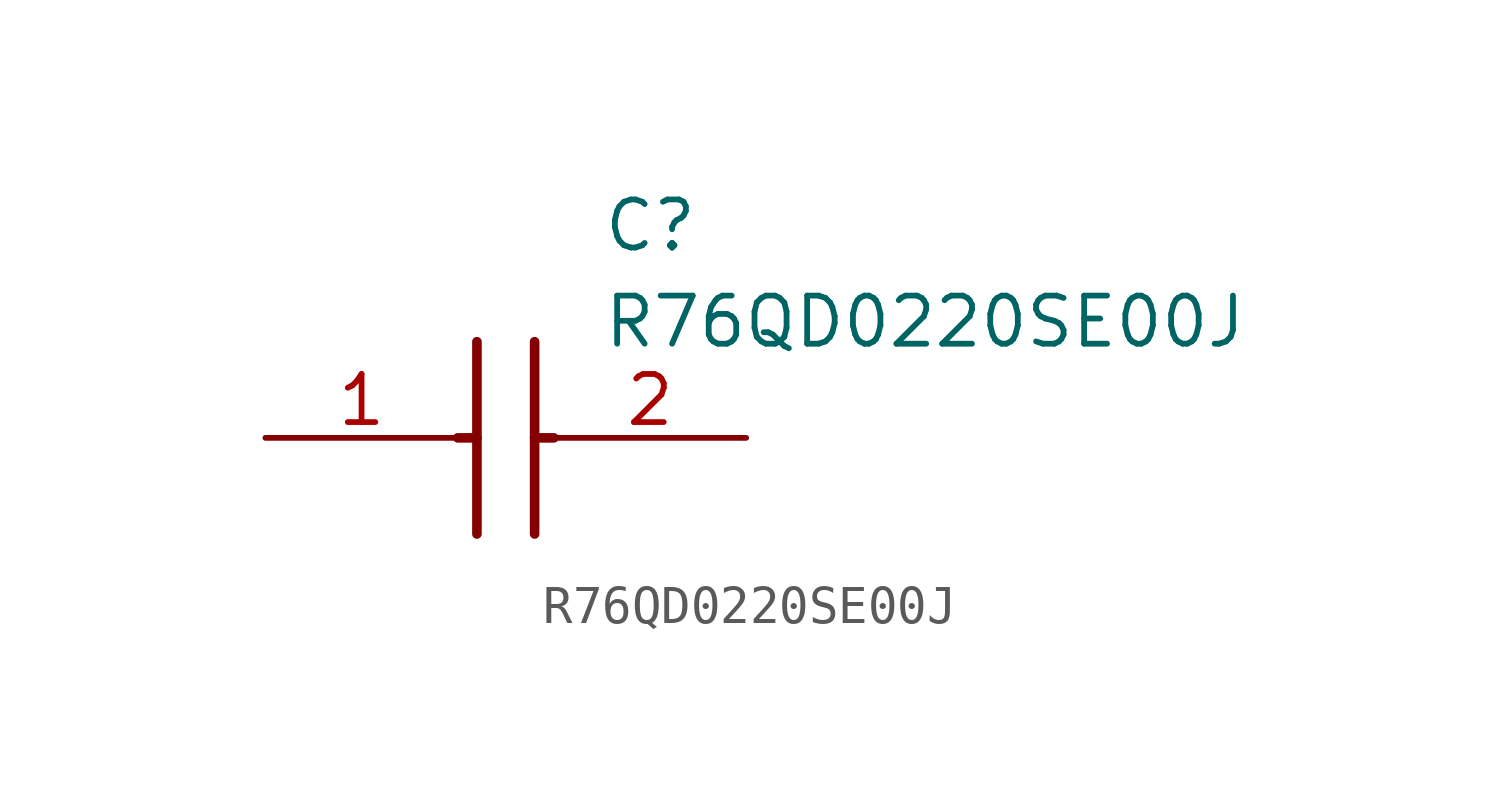
<source format=kicad_sym>
(kicad_symbol_lib
  (version 20211014)
  (generator SamacSys_ECAD_Model)
  (symbol "R76QD0220SE00J"
    (pin_names hide)
    (property "Reference" "C"
      (at 8.89 6.35 0)
      (effects (font (size 1.27 1.27)) (justify left top)))
    (property "Value" "R76QD0220SE00J"
      (at 8.89 3.81 0)
      (effects (font (size 1.27 1.27)) (justify left top)))
    (polyline
      (pts (xy 5.588 2.54) (xy 5.588 -2.54))
      (stroke (width 0.254) (type default))
      (fill (type none)))
    (polyline
      (pts (xy 7.112 2.54) (xy 7.112 -2.54))
      (stroke (width 0.254) (type default))
      (fill (type none)))
    (polyline
      (pts (xy 5.08 0) (xy 5.588 0))
      (stroke (width 0.254) (type default))
      (fill (type none)))
    (polyline
      (pts (xy 7.112 0) (xy 7.62 0))
      (stroke (width 0.254) (type default))
      (fill (type none)))
    (pin passive line
      (at 0 0 0)
      (length 5.08)
      (name "1" (effects (font (size 1.27 1.27))))
      (number "1" (effects (font (size 1.27 1.27)))))
    (pin passive line
      (at 12.7 0 180)
      (length 5.08)
      (name "2" (effects (font (size 1.27 1.27))))
      (number "2" (effects (font (size 1.27 1.27)))))))
</source>
